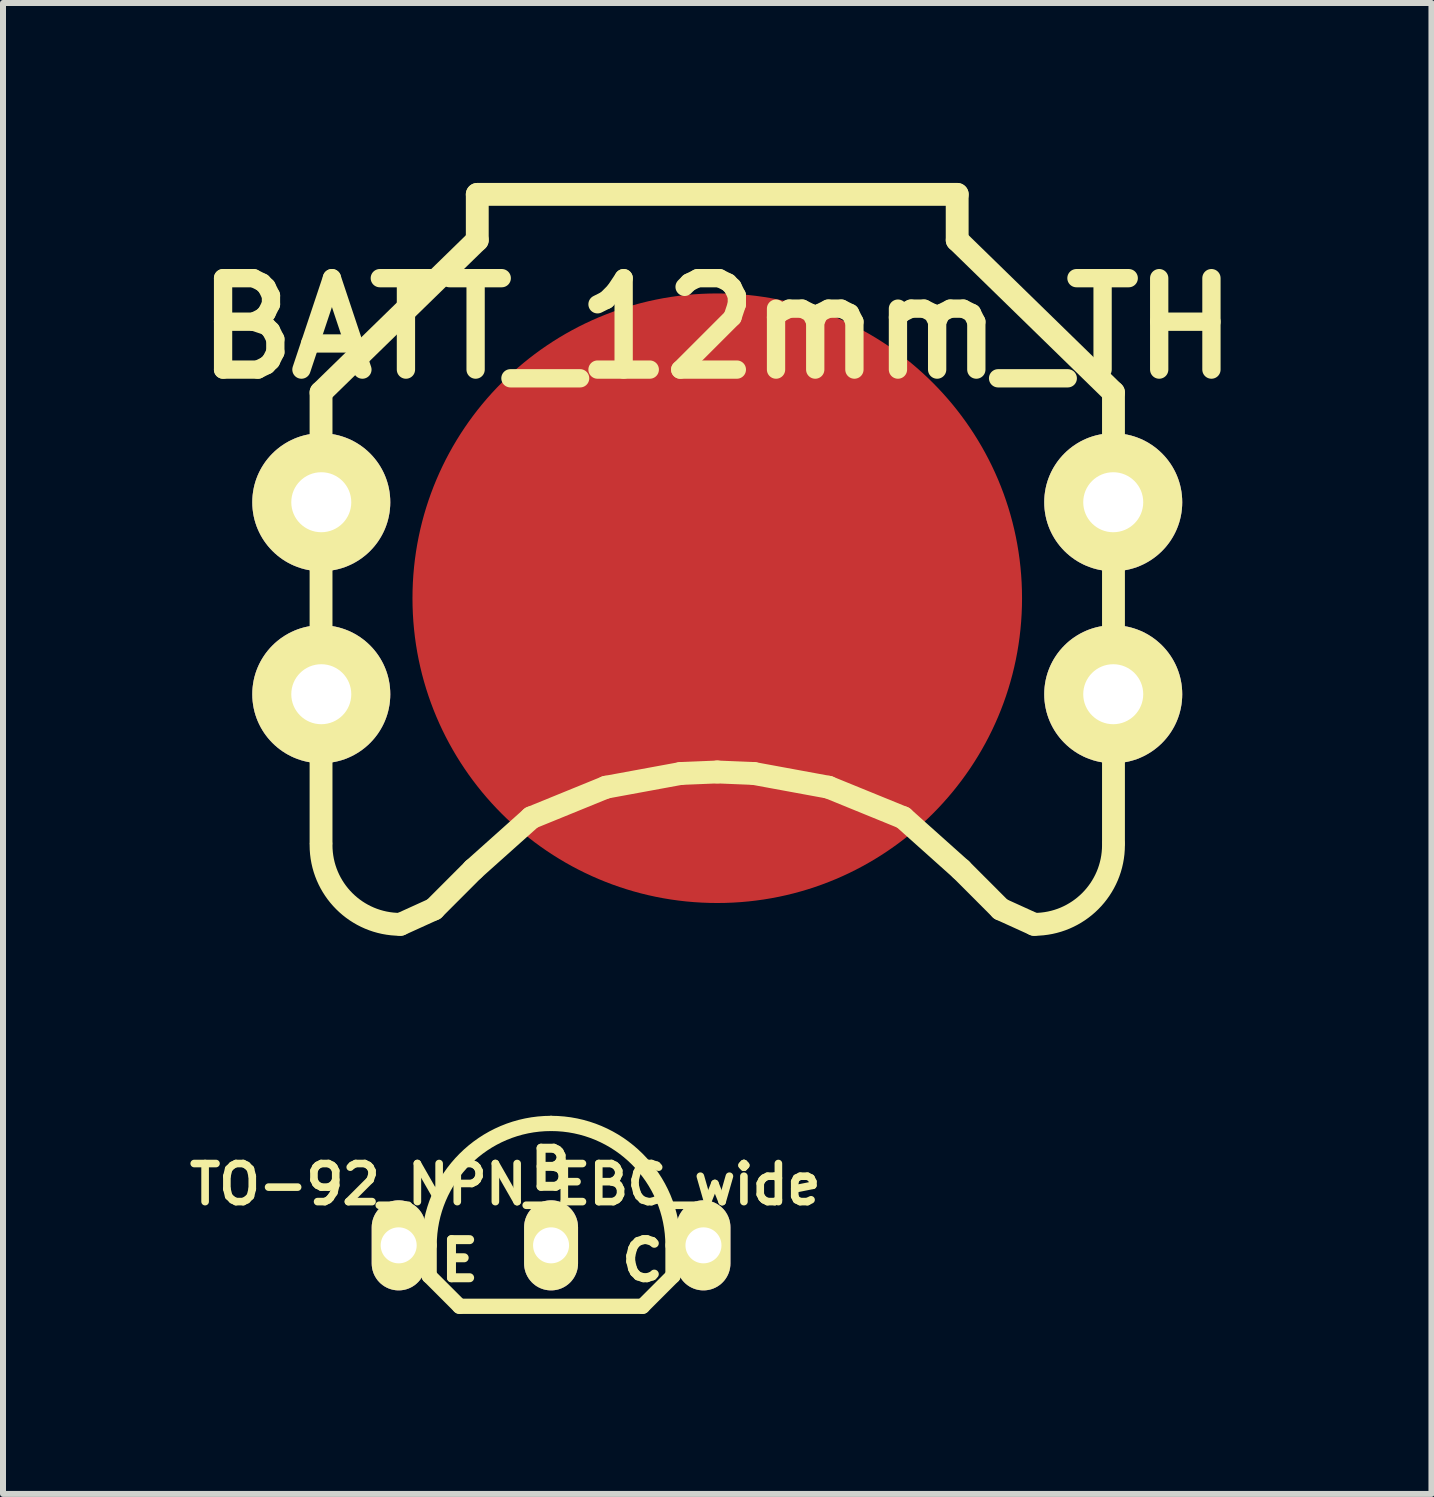
<source format=kicad_pcb>
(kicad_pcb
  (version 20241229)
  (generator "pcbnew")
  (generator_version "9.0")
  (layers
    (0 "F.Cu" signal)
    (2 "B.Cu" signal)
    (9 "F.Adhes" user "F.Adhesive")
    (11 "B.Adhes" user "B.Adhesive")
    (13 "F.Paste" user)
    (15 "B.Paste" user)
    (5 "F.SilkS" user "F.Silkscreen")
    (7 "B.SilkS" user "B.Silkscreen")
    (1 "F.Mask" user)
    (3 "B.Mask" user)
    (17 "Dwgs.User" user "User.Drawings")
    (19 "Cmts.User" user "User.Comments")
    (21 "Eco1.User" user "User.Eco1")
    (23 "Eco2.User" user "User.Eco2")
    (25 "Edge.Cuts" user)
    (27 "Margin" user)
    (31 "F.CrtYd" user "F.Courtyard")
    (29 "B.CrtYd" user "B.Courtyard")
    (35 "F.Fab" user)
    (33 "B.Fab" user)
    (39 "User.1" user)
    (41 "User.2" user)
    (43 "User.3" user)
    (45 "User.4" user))
  (footprint "TO-92_NPN_EBC_wide"
    (layer "F.Cu")
    (at 3.595 17.707)
    (property "Reference" "TO-92_NPN_EBC_wide" (at 1.778 -1.016 0) (layer "F.SilkS") (effects (font (size 0.635 0.635) (thickness 0.127))))
    (attr through_hole)
    (fp_line (start 0.508 0.508) (end 0.508 0) (stroke (width 0.254) (type solid)) (layer "F.SilkS"))
    (fp_line (start 1.016 1.016) (end 0.508 0.508) (stroke (width 0.254) (type solid)) (layer "F.SilkS"))
    (fp_line (start 1.016 1.016) (end 4.064 1.016) (stroke (width 0.254) (type solid)) (layer "F.SilkS"))
    (fp_line (start 4.064 1.016) (end 4.572 0.508) (stroke (width 0.254) (type solid)) (layer "F.SilkS"))
    (fp_line (start 4.572 0.508) (end 4.572 0) (stroke (width 0.254) (type solid)) (layer "F.SilkS"))
    (fp_arc (start 0.508 0) (mid 1.103159 -1.436841) (end 2.54 -2.032) (stroke (width 0.254) (type solid)) (layer "F.SilkS"))
    (fp_arc (start 2.54 -2.032) (mid 3.976841 -1.436841) (end 4.572 0) (stroke (width 0.254) (type solid)) (layer "F.SilkS"))
    (fp_text user "B" (at 2.54 -1.27 0) (layer "F.SilkS") (effects (font (size 0.635 0.635) (thickness 0.15))))
    (fp_text user "E" (at 1.016 0.254 0) (layer "F.SilkS") (effects (font (size 0.635 0.635) (thickness 0.15))))
    (fp_text user "C" (at 4.064 0.254 0) (layer "F.SilkS") (effects (font (size 0.635 0.635) (thickness 0.15))))
    (pad "1" thru_hole oval (at 0 0 180) (size 0.899 1.501) (drill 0.6) (layers "*.Cu" "*.Mask" "F.SilkS"))
    (pad "2" thru_hole oval (at 2.54 0 180) (size 0.899 1.501) (drill 0.6) (layers "*.Cu" "*.Mask" "F.SilkS"))
    (pad "3" thru_hole oval (at 5.08 0 180) (size 0.899 1.501) (drill 0.6) (layers "*.Cu" "*.Mask" "F.SilkS")))
  (footprint "BATT_12mm_TH"
    (layer "F.Cu")
    (at 8.905 6.921)
    (property "Reference" "BATT_12mm_TH" (at 0 -4.5 0) (layer "F.SilkS") (effects (font (size 1.524 1.524) (thickness 0.305))))
    (attr through_hole)
    (fp_line (start -6.604 -3.429) (end -6.604 4.064) (stroke (width 0.381) (type solid)) (layer "F.SilkS"))
    (fp_line (start -5.283 5.436) (end -4.724 5.182) (stroke (width 0.381) (type solid)) (layer "F.SilkS"))
    (fp_line (start -4.064 4.521) (end -4.724 5.182) (stroke (width 0.381) (type solid)) (layer "F.SilkS"))
    (fp_line (start -4 -6.731) (end -4 -5.969) (stroke (width 0.381) (type solid)) (layer "F.SilkS"))
    (fp_line (start -4 -6.731) (end 4 -6.731) (stroke (width 0.381) (type solid)) (layer "F.SilkS"))
    (fp_line (start -4 -5.969) (end -6.604 -3.429) (stroke (width 0.381) (type solid)) (layer "F.SilkS"))
    (fp_line (start -3.099 3.658) (end -4.064 4.521) (stroke (width 0.381) (type solid)) (layer "F.SilkS"))
    (fp_line (start -3.099 3.658) (end -1.854 3.15) (stroke (width 0.381) (type solid)) (layer "F.SilkS"))
    (fp_line (start -1.854 3.15) (end -0.61 2.921) (stroke (width 0.381) (type solid)) (layer "F.SilkS"))
    (fp_line (start -0.61 2.921) (end 0 2.896) (stroke (width 0.381) (type solid)) (layer "F.SilkS"))
    (fp_line (start 0 2.896) (end 0.61 2.921) (stroke (width 0.381) (type solid)) (layer "F.SilkS"))
    (fp_line (start 0.61 2.921) (end 1.854 3.15) (stroke (width 0.381) (type solid)) (layer "F.SilkS"))
    (fp_line (start 1.854 3.15) (end 3.099 3.658) (stroke (width 0.381) (type solid)) (layer "F.SilkS"))
    (fp_line (start 3.099 3.658) (end 4.064 4.521) (stroke (width 0.381) (type solid)) (layer "F.SilkS"))
    (fp_line (start 3.999 -6.731) (end 3.999 -5.969) (stroke (width 0.381) (type solid)) (layer "F.SilkS"))
    (fp_line (start 4 -5.969) (end 6.604 -3.429) (stroke (width 0.381) (type solid)) (layer "F.SilkS"))
    (fp_line (start 4.064 4.521) (end 4.724 5.182) (stroke (width 0.381) (type solid)) (layer "F.SilkS"))
    (fp_line (start 4.724 5.182) (end 5.283 5.436) (stroke (width 0.381) (type solid)) (layer "F.SilkS"))
    (fp_line (start 6.604 -3.429) (end 6.604 4.064) (stroke (width 0.381) (type solid)) (layer "F.SilkS"))
    (fp_arc (start -5.2832 5.4356) (mid -6.217147 5.048747) (end -6.604 4.1148) (stroke (width 0.381) (type solid)) (layer "F.SilkS"))
    (fp_arc (start 6.604 4.1148) (mid 6.217147 5.048747) (end 5.2832 5.4356) (stroke (width 0.381) (type solid)) (layer "F.SilkS"))
    (pad "1" thru_hole circle (at -6.6 -1.6) (size 2.3 2.3) (drill 1) (layers "*.Cu" "*.Mask" "F.SilkS"))
    (pad "1" thru_hole circle (at -6.6 1.6) (size 2.3 2.3) (drill 1) (layers "*.Cu" "*.Mask" "F.SilkS"))
    (pad "1" thru_hole circle (at 6.6 -1.6) (size 2.3 2.3) (drill 1) (layers "*.Cu" "*.Mask" "F.SilkS"))
    (pad "1" thru_hole circle (at 6.6 1.6) (size 2.3 2.3) (drill 1) (layers "*.Cu" "*.Mask" "F.SilkS"))
    (pad "2" smd circle (at 0 0) (size 10.16 10.16) (layers "F.Cu" "F.Mask" "F.Paste")))
  (gr_rect
    (start -3 -3)
    (end 20.809 21.85)
    (stroke (width 0.1) (type default))
    (fill no)
    (layer "Edge.Cuts")))
</source>
